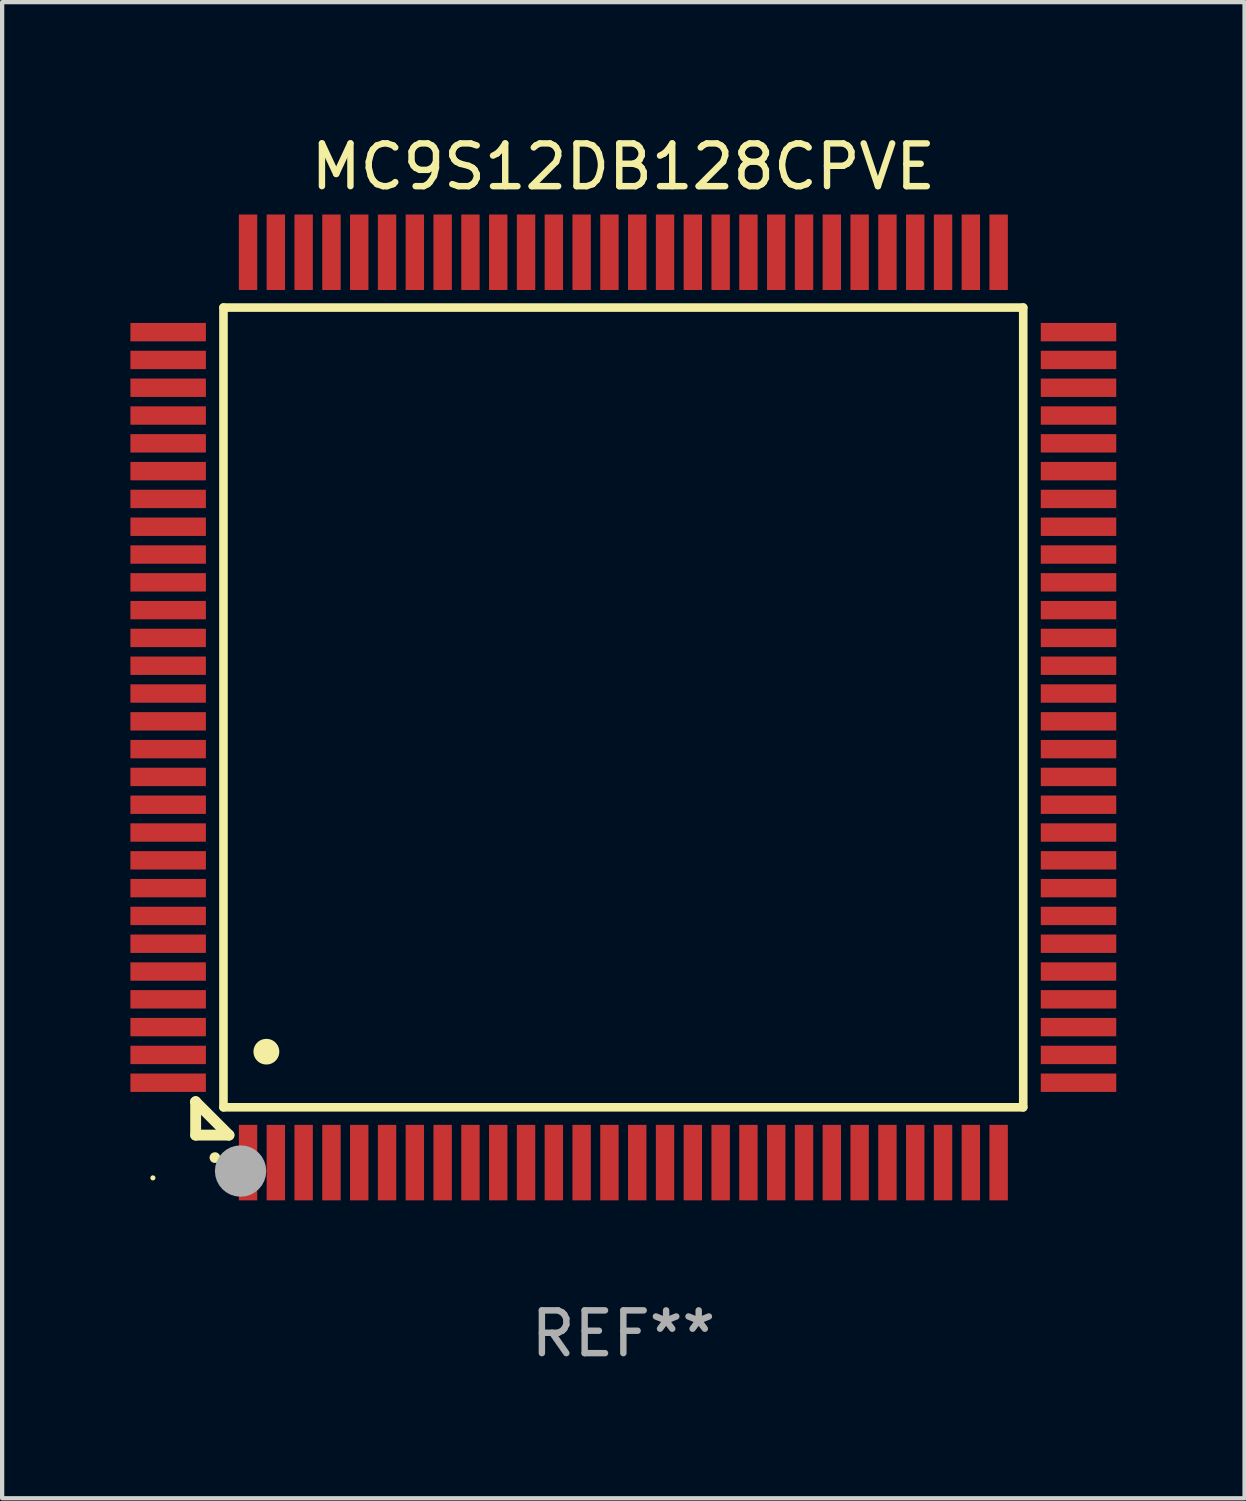
<source format=kicad_pcb>
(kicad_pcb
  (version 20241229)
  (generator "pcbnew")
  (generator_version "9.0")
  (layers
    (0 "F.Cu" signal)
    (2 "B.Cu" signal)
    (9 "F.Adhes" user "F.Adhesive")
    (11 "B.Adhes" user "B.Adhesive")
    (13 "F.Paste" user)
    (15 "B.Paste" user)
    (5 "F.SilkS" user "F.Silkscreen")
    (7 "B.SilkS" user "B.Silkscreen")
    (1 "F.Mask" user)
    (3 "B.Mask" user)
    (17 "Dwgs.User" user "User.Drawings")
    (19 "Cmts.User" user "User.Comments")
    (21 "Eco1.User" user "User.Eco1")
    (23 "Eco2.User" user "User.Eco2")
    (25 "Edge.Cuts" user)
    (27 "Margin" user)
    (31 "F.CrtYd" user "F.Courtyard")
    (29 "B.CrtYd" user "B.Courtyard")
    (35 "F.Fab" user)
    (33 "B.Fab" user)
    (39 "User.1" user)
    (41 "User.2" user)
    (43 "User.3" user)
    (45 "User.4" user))
  (footprint "MC9S12DB128CPVE"
    (layer "F.Cu")
    (at 11.525 13.491)
    (property "Reference" "MC9S12DB128CPVE" (at 0 -12.643 0) (layer "F.SilkS") (effects (font (size 1 1) (thickness 0.15))))
    (attr through_hole)
    (fp_line (start -10 9.221) (end -10 9.221) (stroke (width 0.254) (type solid)) (layer "F.SilkS"))
    (fp_line (start -10 9.221) (end -10 10) (stroke (width 0.254) (type solid)) (layer "F.SilkS"))
    (fp_line (start -10 9.221) (end -9.221 10) (stroke (width 0.254) (type solid)) (layer "F.SilkS"))
    (fp_line (start -10 10) (end -9.221 10) (stroke (width 0.254) (type solid)) (layer "F.SilkS"))
    (fp_line (start -9.35 -9.35) (end -9.35 9.35) (stroke (width 0.201) (type solid)) (layer "F.SilkS"))
    (fp_line (start -9.35 9.35) (end 9.35 9.35) (stroke (width 0.201) (type solid)) (layer "F.SilkS"))
    (fp_line (start 9.35 -9.35) (end -9.35 -9.35) (stroke (width 0.201) (type solid)) (layer "F.SilkS"))
    (fp_line (start 9.35 9.35) (end 9.35 -9.35) (stroke (width 0.201) (type solid)) (layer "F.SilkS"))
    (fp_arc (start -9.550546 10.525832) (mid -9.549276 10.525826) (end -9.548006 10.525832) (stroke (width 0.24892) (type solid)) (layer "F.SilkS"))
    (fp_arc (start -8.349124 8.049327) (mid -8.346584 8.049316) (end -8.344044 8.049327) (stroke (width 0.599441) (type solid)) (layer "F.SilkS"))
    (fp_circle (center -11 11) (end -10.97 11) (stroke (width 0.06) (type solid)) (fill no) (layer "F.SilkS"))
    (fp_circle (center -8.95 10.84) (end -8.65 10.84) (stroke (width 0.6) (type solid)) (fill no) (layer "F.Fab"))
    (fp_text user "REF**" (at 0 14.643 0) (layer "F.Fab") (effects (font (size 1 1) (thickness 0.15))))
    (pad "1" smd rect (at -8.775 10.643) (size 0.43 1.765) (layers "F.Cu" "F.Mask" "F.Paste"))
    (pad "2" smd rect (at -8.125 10.643) (size 0.43 1.765) (layers "F.Cu" "F.Mask" "F.Paste"))
    (pad "3" smd rect (at -7.475 10.643) (size 0.43 1.765) (layers "F.Cu" "F.Mask" "F.Paste"))
    (pad "4" smd rect (at -6.825 10.643) (size 0.43 1.765) (layers "F.Cu" "F.Mask" "F.Paste"))
    (pad "5" smd rect (at -6.175 10.643) (size 0.43 1.765) (layers "F.Cu" "F.Mask" "F.Paste"))
    (pad "6" smd rect (at -5.525 10.643) (size 0.43 1.765) (layers "F.Cu" "F.Mask" "F.Paste"))
    (pad "7" smd rect (at -4.875 10.643) (size 0.43 1.765) (layers "F.Cu" "F.Mask" "F.Paste"))
    (pad "8" smd rect (at -4.225 10.643) (size 0.43 1.765) (layers "F.Cu" "F.Mask" "F.Paste"))
    (pad "9" smd rect (at -3.575 10.643) (size 0.43 1.765) (layers "F.Cu" "F.Mask" "F.Paste"))
    (pad "10" smd rect (at -2.925 10.643) (size 0.43 1.765) (layers "F.Cu" "F.Mask" "F.Paste"))
    (pad "11" smd rect (at -2.275 10.643) (size 0.43 1.765) (layers "F.Cu" "F.Mask" "F.Paste"))
    (pad "12" smd rect (at -1.625 10.643) (size 0.43 1.765) (layers "F.Cu" "F.Mask" "F.Paste"))
    (pad "13" smd rect (at -0.975 10.643) (size 0.43 1.765) (layers "F.Cu" "F.Mask" "F.Paste"))
    (pad "14" smd rect (at -0.325 10.643) (size 0.43 1.765) (layers "F.Cu" "F.Mask" "F.Paste"))
    (pad "15" smd rect (at 0.325 10.643) (size 0.43 1.765) (layers "F.Cu" "F.Mask" "F.Paste"))
    (pad "16" smd rect (at 0.975 10.643) (size 0.43 1.765) (layers "F.Cu" "F.Mask" "F.Paste"))
    (pad "17" smd rect (at 1.625 10.643) (size 0.43 1.765) (layers "F.Cu" "F.Mask" "F.Paste"))
    (pad "18" smd rect (at 2.275 10.643) (size 0.43 1.765) (layers "F.Cu" "F.Mask" "F.Paste"))
    (pad "19" smd rect (at 2.925 10.643) (size 0.43 1.765) (layers "F.Cu" "F.Mask" "F.Paste"))
    (pad "20" smd rect (at 3.575 10.643) (size 0.43 1.765) (layers "F.Cu" "F.Mask" "F.Paste"))
    (pad "21" smd rect (at 4.225 10.643) (size 0.43 1.765) (layers "F.Cu" "F.Mask" "F.Paste"))
    (pad "22" smd rect (at 4.875 10.643) (size 0.43 1.765) (layers "F.Cu" "F.Mask" "F.Paste"))
    (pad "23" smd rect (at 5.525 10.643) (size 0.43 1.765) (layers "F.Cu" "F.Mask" "F.Paste"))
    (pad "24" smd rect (at 6.175 10.643) (size 0.43 1.765) (layers "F.Cu" "F.Mask" "F.Paste"))
    (pad "25" smd rect (at 6.825 10.643) (size 0.43 1.765) (layers "F.Cu" "F.Mask" "F.Paste"))
    (pad "26" smd rect (at 7.475 10.643) (size 0.43 1.765) (layers "F.Cu" "F.Mask" "F.Paste"))
    (pad "27" smd rect (at 8.125 10.643) (size 0.43 1.765) (layers "F.Cu" "F.Mask" "F.Paste"))
    (pad "28" smd rect (at 8.775 10.643) (size 0.43 1.765) (layers "F.Cu" "F.Mask" "F.Paste"))
    (pad "29" smd rect (at 10.643 8.775) (size 1.765 0.43) (layers "F.Cu" "F.Mask" "F.Paste"))
    (pad "30" smd rect (at 10.643 8.125) (size 1.765 0.43) (layers "F.Cu" "F.Mask" "F.Paste"))
    (pad "31" smd rect (at 10.643 7.475) (size 1.765 0.43) (layers "F.Cu" "F.Mask" "F.Paste"))
    (pad "32" smd rect (at 10.643 6.825) (size 1.765 0.43) (layers "F.Cu" "F.Mask" "F.Paste"))
    (pad "33" smd rect (at 10.643 6.175) (size 1.765 0.43) (layers "F.Cu" "F.Mask" "F.Paste"))
    (pad "34" smd rect (at 10.643 5.525) (size 1.765 0.43) (layers "F.Cu" "F.Mask" "F.Paste"))
    (pad "35" smd rect (at 10.643 4.875) (size 1.765 0.43) (layers "F.Cu" "F.Mask" "F.Paste"))
    (pad "36" smd rect (at 10.643 4.225) (size 1.765 0.43) (layers "F.Cu" "F.Mask" "F.Paste"))
    (pad "37" smd rect (at 10.643 3.575) (size 1.765 0.43) (layers "F.Cu" "F.Mask" "F.Paste"))
    (pad "38" smd rect (at 10.643 2.925) (size 1.765 0.43) (layers "F.Cu" "F.Mask" "F.Paste"))
    (pad "39" smd rect (at 10.643 2.275) (size 1.765 0.43) (layers "F.Cu" "F.Mask" "F.Paste"))
    (pad "40" smd rect (at 10.643 1.625) (size 1.765 0.43) (layers "F.Cu" "F.Mask" "F.Paste"))
    (pad "41" smd rect (at 10.643 0.975) (size 1.765 0.43) (layers "F.Cu" "F.Mask" "F.Paste"))
    (pad "42" smd rect (at 10.643 0.325) (size 1.765 0.43) (layers "F.Cu" "F.Mask" "F.Paste"))
    (pad "43" smd rect (at 10.643 -0.325) (size 1.765 0.43) (layers "F.Cu" "F.Mask" "F.Paste"))
    (pad "44" smd rect (at 10.643 -0.975) (size 1.765 0.43) (layers "F.Cu" "F.Mask" "F.Paste"))
    (pad "45" smd rect (at 10.643 -1.625) (size 1.765 0.43) (layers "F.Cu" "F.Mask" "F.Paste"))
    (pad "46" smd rect (at 10.643 -2.275) (size 1.765 0.43) (layers "F.Cu" "F.Mask" "F.Paste"))
    (pad "47" smd rect (at 10.643 -2.925) (size 1.765 0.43) (layers "F.Cu" "F.Mask" "F.Paste"))
    (pad "48" smd rect (at 10.643 -3.575) (size 1.765 0.43) (layers "F.Cu" "F.Mask" "F.Paste"))
    (pad "49" smd rect (at 10.643 -4.225) (size 1.765 0.43) (layers "F.Cu" "F.Mask" "F.Paste"))
    (pad "50" smd rect (at 10.643 -4.875) (size 1.765 0.43) (layers "F.Cu" "F.Mask" "F.Paste"))
    (pad "51" smd rect (at 10.643 -5.525) (size 1.765 0.43) (layers "F.Cu" "F.Mask" "F.Paste"))
    (pad "52" smd rect (at 10.643 -6.175) (size 1.765 0.43) (layers "F.Cu" "F.Mask" "F.Paste"))
    (pad "53" smd rect (at 10.643 -6.825) (size 1.765 0.43) (layers "F.Cu" "F.Mask" "F.Paste"))
    (pad "54" smd rect (at 10.643 -7.475) (size 1.765 0.43) (layers "F.Cu" "F.Mask" "F.Paste"))
    (pad "55" smd rect (at 10.643 -8.125) (size 1.765 0.43) (layers "F.Cu" "F.Mask" "F.Paste"))
    (pad "56" smd rect (at 10.643 -8.775) (size 1.765 0.43) (layers "F.Cu" "F.Mask" "F.Paste"))
    (pad "57" smd rect (at 8.775 -10.643) (size 0.43 1.765) (layers "F.Cu" "F.Mask" "F.Paste"))
    (pad "58" smd rect (at 8.125 -10.643) (size 0.43 1.765) (layers "F.Cu" "F.Mask" "F.Paste"))
    (pad "59" smd rect (at 7.475 -10.643) (size 0.43 1.765) (layers "F.Cu" "F.Mask" "F.Paste"))
    (pad "60" smd rect (at 6.825 -10.643) (size 0.43 1.765) (layers "F.Cu" "F.Mask" "F.Paste"))
    (pad "61" smd rect (at 6.175 -10.643) (size 0.43 1.765) (layers "F.Cu" "F.Mask" "F.Paste"))
    (pad "62" smd rect (at 5.525 -10.643) (size 0.43 1.765) (layers "F.Cu" "F.Mask" "F.Paste"))
    (pad "63" smd rect (at 4.875 -10.643) (size 0.43 1.765) (layers "F.Cu" "F.Mask" "F.Paste"))
    (pad "64" smd rect (at 4.225 -10.643) (size 0.43 1.765) (layers "F.Cu" "F.Mask" "F.Paste"))
    (pad "65" smd rect (at 3.575 -10.643) (size 0.43 1.765) (layers "F.Cu" "F.Mask" "F.Paste"))
    (pad "66" smd rect (at 2.925 -10.643) (size 0.43 1.765) (layers "F.Cu" "F.Mask" "F.Paste"))
    (pad "67" smd rect (at 2.275 -10.643) (size 0.43 1.765) (layers "F.Cu" "F.Mask" "F.Paste"))
    (pad "68" smd rect (at 1.625 -10.643) (size 0.43 1.765) (layers "F.Cu" "F.Mask" "F.Paste"))
    (pad "69" smd rect (at 0.975 -10.643) (size 0.43 1.765) (layers "F.Cu" "F.Mask" "F.Paste"))
    (pad "70" smd rect (at 0.325 -10.643) (size 0.43 1.765) (layers "F.Cu" "F.Mask" "F.Paste"))
    (pad "71" smd rect (at -0.325 -10.643) (size 0.43 1.765) (layers "F.Cu" "F.Mask" "F.Paste"))
    (pad "72" smd rect (at -0.975 -10.643) (size 0.43 1.765) (layers "F.Cu" "F.Mask" "F.Paste"))
    (pad "73" smd rect (at -1.625 -10.643) (size 0.43 1.765) (layers "F.Cu" "F.Mask" "F.Paste"))
    (pad "74" smd rect (at -2.275 -10.643) (size 0.43 1.765) (layers "F.Cu" "F.Mask" "F.Paste"))
    (pad "75" smd rect (at -2.925 -10.643) (size 0.43 1.765) (layers "F.Cu" "F.Mask" "F.Paste"))
    (pad "76" smd rect (at -3.575 -10.643) (size 0.43 1.765) (layers "F.Cu" "F.Mask" "F.Paste"))
    (pad "77" smd rect (at -4.225 -10.643) (size 0.43 1.765) (layers "F.Cu" "F.Mask" "F.Paste"))
    (pad "78" smd rect (at -4.875 -10.643) (size 0.43 1.765) (layers "F.Cu" "F.Mask" "F.Paste"))
    (pad "79" smd rect (at -5.525 -10.643) (size 0.43 1.765) (layers "F.Cu" "F.Mask" "F.Paste"))
    (pad "80" smd rect (at -6.175 -10.643) (size 0.43 1.765) (layers "F.Cu" "F.Mask" "F.Paste"))
    (pad "81" smd rect (at -6.825 -10.643) (size 0.43 1.765) (layers "F.Cu" "F.Mask" "F.Paste"))
    (pad "82" smd rect (at -7.475 -10.643) (size 0.43 1.765) (layers "F.Cu" "F.Mask" "F.Paste"))
    (pad "83" smd rect (at -8.125 -10.643) (size 0.43 1.765) (layers "F.Cu" "F.Mask" "F.Paste"))
    (pad "84" smd rect (at -8.775 -10.643) (size 0.43 1.765) (layers "F.Cu" "F.Mask" "F.Paste"))
    (pad "85" smd rect (at -10.643 -8.775) (size 1.765 0.43) (layers "F.Cu" "F.Mask" "F.Paste"))
    (pad "86" smd rect (at -10.643 -8.125) (size 1.765 0.43) (layers "F.Cu" "F.Mask" "F.Paste"))
    (pad "87" smd rect (at -10.643 -7.475) (size 1.765 0.43) (layers "F.Cu" "F.Mask" "F.Paste"))
    (pad "88" smd rect (at -10.643 -6.825) (size 1.765 0.43) (layers "F.Cu" "F.Mask" "F.Paste"))
    (pad "89" smd rect (at -10.643 -6.175) (size 1.765 0.43) (layers "F.Cu" "F.Mask" "F.Paste"))
    (pad "90" smd rect (at -10.643 -5.525) (size 1.765 0.43) (layers "F.Cu" "F.Mask" "F.Paste"))
    (pad "91" smd rect (at -10.643 -4.875) (size 1.765 0.43) (layers "F.Cu" "F.Mask" "F.Paste"))
    (pad "92" smd rect (at -10.643 -4.225) (size 1.765 0.43) (layers "F.Cu" "F.Mask" "F.Paste"))
    (pad "93" smd rect (at -10.643 -3.575) (size 1.765 0.43) (layers "F.Cu" "F.Mask" "F.Paste"))
    (pad "94" smd rect (at -10.643 -2.925) (size 1.765 0.43) (layers "F.Cu" "F.Mask" "F.Paste"))
    (pad "95" smd rect (at -10.643 -2.275) (size 1.765 0.43) (layers "F.Cu" "F.Mask" "F.Paste"))
    (pad "96" smd rect (at -10.643 -1.625) (size 1.765 0.43) (layers "F.Cu" "F.Mask" "F.Paste"))
    (pad "97" smd rect (at -10.643 -0.975) (size 1.765 0.43) (layers "F.Cu" "F.Mask" "F.Paste"))
    (pad "98" smd rect (at -10.643 -0.325) (size 1.765 0.43) (layers "F.Cu" "F.Mask" "F.Paste"))
    (pad "99" smd rect (at -10.643 0.325) (size 1.765 0.43) (layers "F.Cu" "F.Mask" "F.Paste"))
    (pad "100" smd rect (at -10.643 0.975) (size 1.765 0.43) (layers "F.Cu" "F.Mask" "F.Paste"))
    (pad "101" smd rect (at -10.643 1.625) (size 1.765 0.43) (layers "F.Cu" "F.Mask" "F.Paste"))
    (pad "102" smd rect (at -10.643 2.275) (size 1.765 0.43) (layers "F.Cu" "F.Mask" "F.Paste"))
    (pad "103" smd rect (at -10.643 2.925) (size 1.765 0.43) (layers "F.Cu" "F.Mask" "F.Paste"))
    (pad "104" smd rect (at -10.643 3.575) (size 1.765 0.43) (layers "F.Cu" "F.Mask" "F.Paste"))
    (pad "105" smd rect (at -10.643 4.225) (size 1.765 0.43) (layers "F.Cu" "F.Mask" "F.Paste"))
    (pad "106" smd rect (at -10.643 4.875) (size 1.765 0.43) (layers "F.Cu" "F.Mask" "F.Paste"))
    (pad "107" smd rect (at -10.643 5.525) (size 1.765 0.43) (layers "F.Cu" "F.Mask" "F.Paste"))
    (pad "108" smd rect (at -10.643 6.175) (size 1.765 0.43) (layers "F.Cu" "F.Mask" "F.Paste"))
    (pad "109" smd rect (at -10.643 6.825) (size 1.765 0.43) (layers "F.Cu" "F.Mask" "F.Paste"))
    (pad "110" smd rect (at -10.643 7.475) (size 1.765 0.43) (layers "F.Cu" "F.Mask" "F.Paste"))
    (pad "111" smd rect (at -10.643 8.125) (size 1.765 0.43) (layers "F.Cu" "F.Mask" "F.Paste"))
    (pad "112" smd rect (at -10.643 8.775) (size 1.765 0.43) (layers "F.Cu" "F.Mask" "F.Paste")))
  (gr_rect
    (start -3 -3)
    (end 26.05 31.982)
    (stroke (width 0.1) (type default))
    (fill no)
    (layer "Edge.Cuts")))
</source>
